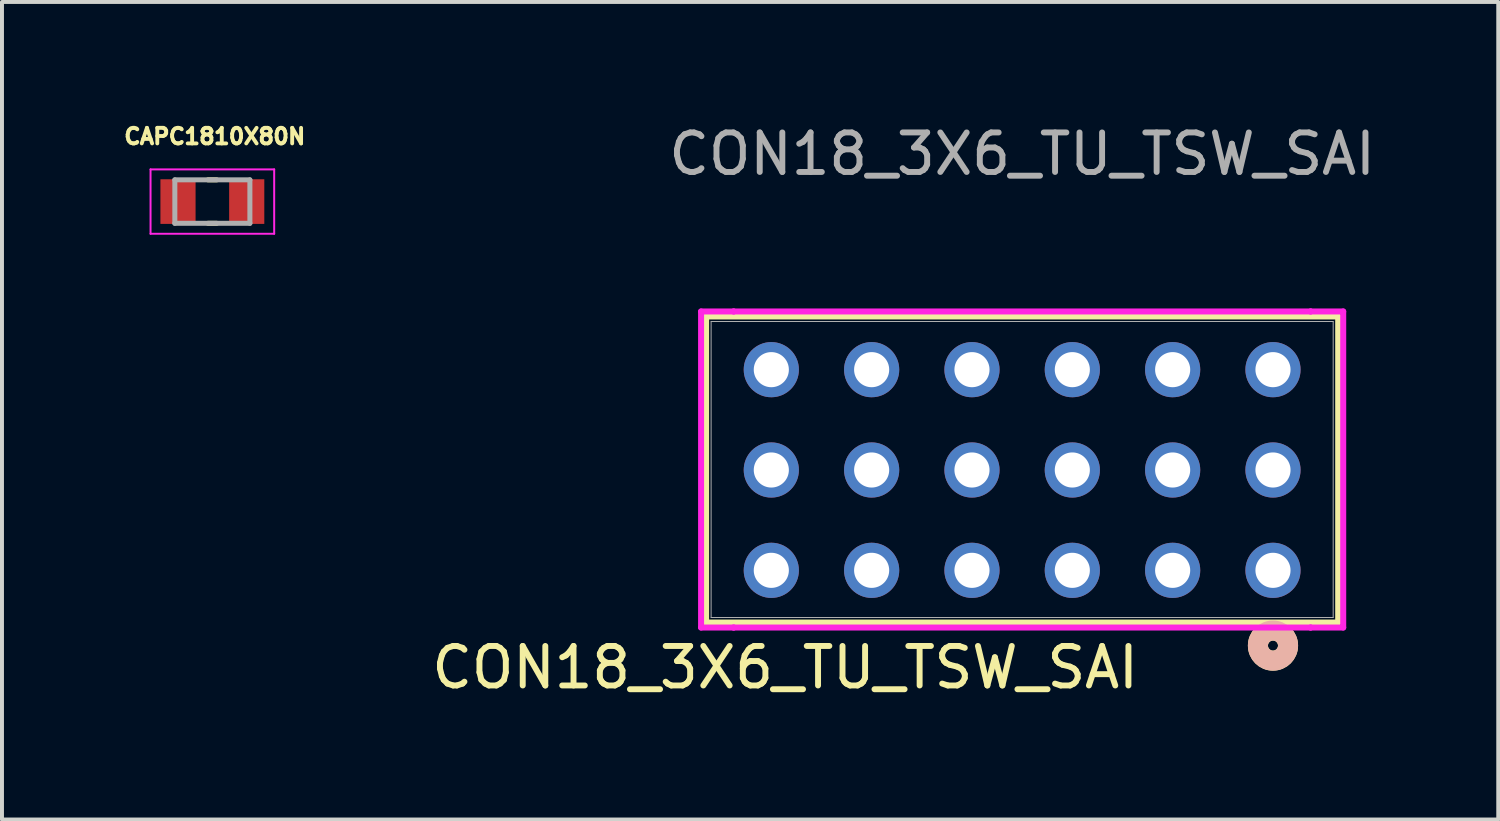
<source format=kicad_pcb>
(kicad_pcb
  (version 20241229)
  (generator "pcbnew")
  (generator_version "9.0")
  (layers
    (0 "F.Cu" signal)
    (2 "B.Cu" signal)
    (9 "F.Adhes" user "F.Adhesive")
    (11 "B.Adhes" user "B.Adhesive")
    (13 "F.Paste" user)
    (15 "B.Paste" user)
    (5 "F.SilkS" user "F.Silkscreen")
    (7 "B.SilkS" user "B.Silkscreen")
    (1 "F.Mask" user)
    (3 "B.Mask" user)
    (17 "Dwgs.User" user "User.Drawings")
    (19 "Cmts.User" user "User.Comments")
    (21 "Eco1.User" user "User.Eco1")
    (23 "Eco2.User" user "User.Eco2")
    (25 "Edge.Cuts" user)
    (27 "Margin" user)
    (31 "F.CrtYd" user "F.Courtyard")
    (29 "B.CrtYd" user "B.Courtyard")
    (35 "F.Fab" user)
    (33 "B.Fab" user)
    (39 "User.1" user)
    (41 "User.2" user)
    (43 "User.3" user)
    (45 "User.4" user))
  (footprint "CAPC1810X80N"
    (layer "F.Cu")
    (at 2.326 2.053)
    (property "Reference" "CAPC1810X80N" (at 0.06 -1.65 0) (layer "F.SilkS") (effects (font (size 0.394 0.394) (thickness 0.098))))
    (attr smd)
    (fp_line (start -0.11 -0.55) (end 0.11 -0.55) (stroke (width 0.127) (type solid)) (layer "F.SilkS"))
    (fp_line (start -0.11 0.55) (end 0.11 0.55) (stroke (width 0.127) (type solid)) (layer "F.SilkS"))
    (fp_line (start -1.565 -0.815) (end 1.565 -0.815) (stroke (width 0.05) (type solid)) (layer "F.CrtYd"))
    (fp_line (start -1.565 0.815) (end -1.565 -0.815) (stroke (width 0.05) (type solid)) (layer "F.CrtYd"))
    (fp_line (start -1.565 0.815) (end 1.565 0.815) (stroke (width 0.05) (type solid)) (layer "F.CrtYd"))
    (fp_line (start 1.565 0.815) (end 1.565 -0.815) (stroke (width 0.05) (type solid)) (layer "F.CrtYd"))
    (fp_line (start -0.95 0.55) (end -0.95 -0.55) (stroke (width 0.127) (type solid)) (layer "F.Fab"))
    (fp_line (start 0.95 -0.55) (end -0.95 -0.55) (stroke (width 0.127) (type solid)) (layer "F.Fab"))
    (fp_line (start 0.95 0.55) (end -0.95 0.55) (stroke (width 0.127) (type solid)) (layer "F.Fab"))
    (fp_line (start 0.95 0.55) (end 0.95 -0.55) (stroke (width 0.127) (type solid)) (layer "F.Fab"))
    (pad "1" smd rect (at -0.87 0) (size 0.89 1.13) (layers "F.Cu" "F.Mask" "F.Paste"))
    (pad "2" smd rect (at 0.87 0) (size 0.89 1.13) (layers "F.Cu" "F.Mask" "F.Paste")))
  (footprint "CON18_3X6_TU_TSW_SAI"
    (layer "F.Cu")
    (at 22.826 8.848)
    (property "Reference" "CON18_3X6_TU_TSW_SAI" (at -6 5 0) (unlocked yes) (layer "F.SilkS") (effects (font (size 1 1) (thickness 0.15))))
    (attr through_hole)
    (fp_line (start -8.001 -3.886) (end -8.001 3.861) (stroke (width 0.152) (type solid)) (layer "F.SilkS"))
    (fp_line (start -8.001 3.861) (end 8.001 3.861) (stroke (width 0.152) (type solid)) (layer "F.SilkS"))
    (fp_line (start 8.001 -3.886) (end -8.001 -3.886) (stroke (width 0.152) (type solid)) (layer "F.SilkS"))
    (fp_line (start 8.001 3.861) (end 8.001 -3.886) (stroke (width 0.152) (type solid)) (layer "F.SilkS"))
    (fp_circle (center 6.35 4.445) (end 6.731 4.445) (stroke (width 0.508) (type solid)) (fill no) (layer "F.SilkS"))
    (fp_circle (center 6.35 4.445) (end 6.731 4.445) (stroke (width 0.508) (type solid)) (fill no) (layer "B.SilkS"))
    (fp_line (start -8.128 -4.013) (end -8.128 3.988) (stroke (width 0.152) (type solid)) (layer "F.CrtYd"))
    (fp_line (start -8.128 3.988) (end -7.303 3.988) (stroke (width 0.152) (type solid)) (layer "F.CrtYd"))
    (fp_line (start -7.303 -4.013) (end -8.128 -4.013) (stroke (width 0.152) (type solid)) (layer "F.CrtYd"))
    (fp_line (start -7.303 -4.013) (end -7.303 -4.013) (stroke (width 0.152) (type solid)) (layer "F.CrtYd"))
    (fp_line (start -7.303 3.988) (end -7.303 3.988) (stroke (width 0.152) (type solid)) (layer "F.CrtYd"))
    (fp_line (start -7.303 3.988) (end 7.303 3.988) (stroke (width 0.152) (type solid)) (layer "F.CrtYd"))
    (fp_line (start 7.303 -4.013) (end -7.303 -4.013) (stroke (width 0.152) (type solid)) (layer "F.CrtYd"))
    (fp_line (start 7.303 -4.013) (end 7.303 -4.013) (stroke (width 0.152) (type solid)) (layer "F.CrtYd"))
    (fp_line (start 7.303 3.988) (end 7.303 3.988) (stroke (width 0.152) (type solid)) (layer "F.CrtYd"))
    (fp_line (start 7.303 3.988) (end 8.128 3.988) (stroke (width 0.152) (type solid)) (layer "F.CrtYd"))
    (fp_line (start 8.128 -4.013) (end 7.303 -4.013) (stroke (width 0.152) (type solid)) (layer "F.CrtYd"))
    (fp_line (start 8.128 3.988) (end 8.128 -4.013) (stroke (width 0.152) (type solid)) (layer "F.CrtYd"))
    (fp_line (start -7.874 -3.759) (end -7.874 3.734) (stroke (width 0.025) (type solid)) (layer "F.Fab"))
    (fp_line (start -7.874 3.734) (end 7.874 3.734) (stroke (width 0.025) (type solid)) (layer "F.Fab"))
    (fp_line (start 7.874 -3.759) (end -7.874 -3.759) (stroke (width 0.025) (type solid)) (layer "F.Fab"))
    (fp_line (start 7.874 3.734) (end 7.874 -3.759) (stroke (width 0.025) (type solid)) (layer "F.Fab"))
    (fp_circle (center 6.35 2.54) (end 6.604 2.54) (stroke (width 0.025) (type solid)) (fill no) (layer "F.Fab"))
    (fp_text user "${REFERENCE}" (at 0 -8 0) (unlocked yes) (layer "F.Fab") (effects (font (size 1 1) (thickness 0.15))))
    (pad "1" thru_hole circle (at 6.35 2.54 90) (size 1.397 1.397) (drill 0.889) (layers "*.Cu" "*.Mask"))
    (pad "2" thru_hole circle (at 6.35 0 90) (size 1.397 1.397) (drill 0.889) (layers "*.Cu" "*.Mask"))
    (pad "3" thru_hole circle (at 6.35 -2.54 90) (size 1.397 1.397) (drill 0.889) (layers "*.Cu" "*.Mask"))
    (pad "4" thru_hole circle (at 3.81 2.54 90) (size 1.397 1.397) (drill 0.889) (layers "*.Cu" "*.Mask"))
    (pad "5" thru_hole circle (at 3.81 0 90) (size 1.397 1.397) (drill 0.889) (layers "*.Cu" "*.Mask"))
    (pad "6" thru_hole circle (at 3.81 -2.54 90) (size 1.397 1.397) (drill 0.889) (layers "*.Cu" "*.Mask"))
    (pad "7" thru_hole circle (at 1.27 2.54 90) (size 1.397 1.397) (drill 0.889) (layers "*.Cu" "*.Mask"))
    (pad "8" thru_hole circle (at 1.27 0 90) (size 1.397 1.397) (drill 0.889) (layers "*.Cu" "*.Mask"))
    (pad "9" thru_hole circle (at 1.27 -2.54 90) (size 1.397 1.397) (drill 0.889) (layers "*.Cu" "*.Mask"))
    (pad "10" thru_hole circle (at -1.27 2.54 90) (size 1.397 1.397) (drill 0.889) (layers "*.Cu" "*.Mask"))
    (pad "11" thru_hole circle (at -1.27 0 90) (size 1.397 1.397) (drill 0.889) (layers "*.Cu" "*.Mask"))
    (pad "12" thru_hole circle (at -1.27 -2.54 90) (size 1.397 1.397) (drill 0.889) (layers "*.Cu" "*.Mask"))
    (pad "13" thru_hole circle (at -3.81 2.54 90) (size 1.397 1.397) (drill 0.889) (layers "*.Cu" "*.Mask"))
    (pad "14" thru_hole circle (at -3.81 0 90) (size 1.397 1.397) (drill 0.889) (layers "*.Cu" "*.Mask"))
    (pad "15" thru_hole circle (at -3.81 -2.54 90) (size 1.397 1.397) (drill 0.889) (layers "*.Cu" "*.Mask"))
    (pad "16" thru_hole circle (at -6.35 2.54 90) (size 1.397 1.397) (drill 0.889) (layers "*.Cu" "*.Mask"))
    (pad "17" thru_hole circle (at -6.35 0 90) (size 1.397 1.397) (drill 0.889) (layers "*.Cu" "*.Mask"))
    (pad "18" thru_hole circle (at -6.35 -2.54 90) (size 1.397 1.397) (drill 0.889) (layers "*.Cu" "*.Mask")))
  (gr_rect
    (start -3 -3)
    (end 34.879 17.697)
    (stroke (width 0.1) (type default))
    (fill no)
    (layer "Edge.Cuts")))
</source>
